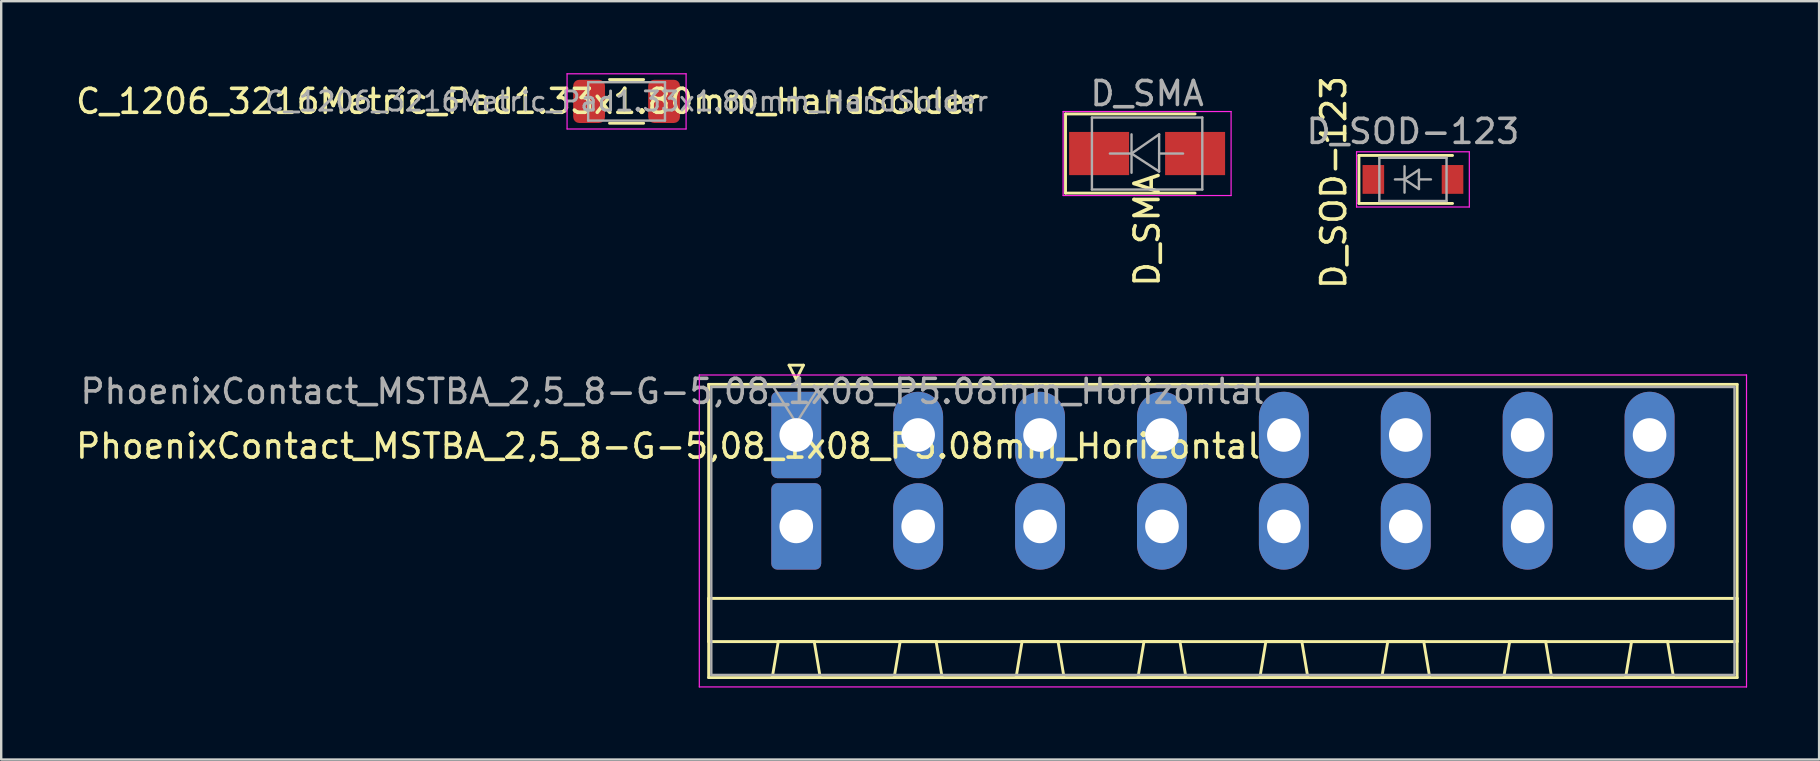
<source format=kicad_pcb>
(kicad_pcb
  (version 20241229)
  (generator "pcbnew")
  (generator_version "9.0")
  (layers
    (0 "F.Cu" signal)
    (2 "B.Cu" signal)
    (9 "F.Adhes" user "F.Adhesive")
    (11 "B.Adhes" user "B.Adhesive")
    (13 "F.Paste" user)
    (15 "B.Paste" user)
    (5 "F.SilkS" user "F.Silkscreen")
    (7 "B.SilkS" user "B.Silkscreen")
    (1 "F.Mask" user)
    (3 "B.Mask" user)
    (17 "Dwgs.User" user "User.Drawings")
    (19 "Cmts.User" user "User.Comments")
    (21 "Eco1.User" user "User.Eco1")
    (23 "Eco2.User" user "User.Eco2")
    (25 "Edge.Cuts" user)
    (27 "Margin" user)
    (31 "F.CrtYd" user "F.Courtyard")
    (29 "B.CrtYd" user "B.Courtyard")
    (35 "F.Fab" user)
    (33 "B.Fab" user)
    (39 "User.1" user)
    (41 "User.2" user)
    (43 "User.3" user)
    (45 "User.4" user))
  (footprint "D_SMA"
    (layer "F.Cu")
    (at 44.753 3.348)
    (property "Reference" "D_SMA" (at 0 3.175 90) (layer "F.SilkS") (effects (font (size 1 1) (thickness 0.15))))
    (attr smd)
    (fp_line (start -3.4 -1.65) (end -3.4 1.65) (stroke (width 0.12) (type solid)) (layer "F.SilkS"))
    (fp_line (start -3.4 -1.65) (end 2 -1.65) (stroke (width 0.12) (type solid)) (layer "F.SilkS"))
    (fp_line (start -3.4 1.65) (end 2 1.65) (stroke (width 0.12) (type solid)) (layer "F.SilkS"))
    (fp_line (start -3.5 -1.75) (end 3.5 -1.75) (stroke (width 0.05) (type solid)) (layer "F.CrtYd"))
    (fp_line (start -3.5 1.75) (end -3.5 -1.75) (stroke (width 0.05) (type solid)) (layer "F.CrtYd"))
    (fp_line (start 3.5 -1.75) (end 3.5 1.75) (stroke (width 0.05) (type solid)) (layer "F.CrtYd"))
    (fp_line (start 3.5 1.75) (end -3.5 1.75) (stroke (width 0.05) (type solid)) (layer "F.CrtYd"))
    (fp_line (start -2.3 1.5) (end -2.3 -1.5) (stroke (width 0.1) (type solid)) (layer "F.Fab"))
    (fp_line (start -0.649 -0.799) (end -0.649 0.801) (stroke (width 0.1) (type solid)) (layer "F.Fab"))
    (fp_line (start -0.649 0.001) (end -1.551 0.001) (stroke (width 0.1) (type solid)) (layer "F.Fab"))
    (fp_line (start -0.649 0.001) (end 0.501 -0.799) (stroke (width 0.1) (type solid)) (layer "F.Fab"))
    (fp_line (start -0.649 0.001) (end 0.501 0.75) (stroke (width 0.1) (type solid)) (layer "F.Fab"))
    (fp_line (start 0.501 0.001) (end 1.499 0.001) (stroke (width 0.1) (type solid)) (layer "F.Fab"))
    (fp_line (start 0.501 0.75) (end 0.501 -0.799) (stroke (width 0.1) (type solid)) (layer "F.Fab"))
    (fp_line (start 2.3 -1.5) (end -2.3 -1.5) (stroke (width 0.1) (type solid)) (layer "F.Fab"))
    (fp_line (start 2.3 -1.5) (end 2.3 1.5) (stroke (width 0.1) (type solid)) (layer "F.Fab"))
    (fp_line (start 2.3 1.5) (end -2.3 1.5) (stroke (width 0.1) (type solid)) (layer "F.Fab"))
    (fp_text user "${REFERENCE}" (at 0 -2.5 0) (layer "F.Fab") (effects (font (size 1 1) (thickness 0.15))))
    (pad "1" smd rect (at -2 0) (size 2.5 1.8) (layers "F.Cu" "F.Mask" "F.Paste"))
    (pad "2" smd rect (at 2 0) (size 2.5 1.8) (layers "F.Cu" "F.Mask" "F.Paste")))
  (footprint "C_1206_3216Metric_Pad1.33x1.80mm_HandSolder"
    (layer "F.Cu")
    (at 23.061 1.175)
    (property "Reference" "C_1206_3216Metric_Pad1.33x1.80mm_HandSolder" (at -4.103 0 180) (layer "F.SilkS") (effects (font (size 1 1) (thickness 0.15))))
    (attr smd)
    (fp_line (start -0.711 -0.91) (end 0.711 -0.91) (stroke (width 0.12) (type solid)) (layer "F.SilkS"))
    (fp_line (start -0.711 0.91) (end 0.711 0.91) (stroke (width 0.12) (type solid)) (layer "F.SilkS"))
    (fp_line (start -2.48 -1.15) (end 2.48 -1.15) (stroke (width 0.05) (type solid)) (layer "F.CrtYd"))
    (fp_line (start -2.48 1.15) (end -2.48 -1.15) (stroke (width 0.05) (type solid)) (layer "F.CrtYd"))
    (fp_line (start 2.48 -1.15) (end 2.48 1.15) (stroke (width 0.05) (type solid)) (layer "F.CrtYd"))
    (fp_line (start 2.48 1.15) (end -2.48 1.15) (stroke (width 0.05) (type solid)) (layer "F.CrtYd"))
    (fp_line (start -1.6 -0.8) (end 1.6 -0.8) (stroke (width 0.1) (type solid)) (layer "F.Fab"))
    (fp_line (start -1.6 0.8) (end -1.6 -0.8) (stroke (width 0.1) (type solid)) (layer "F.Fab"))
    (fp_line (start 1.6 -0.8) (end 1.6 0.8) (stroke (width 0.1) (type solid)) (layer "F.Fab"))
    (fp_line (start 1.6 0.8) (end -1.6 0.8) (stroke (width 0.1) (type solid)) (layer "F.Fab"))
    (fp_text user "${REFERENCE}" (at 0 0 180) (layer "F.Fab") (effects (font (size 0.8 0.8) (thickness 0.12))))
    (pad "1" smd roundrect (at -1.562 0) (size 1.325 1.8) (layers "F.Cu" "F.Mask" "F.Paste") (roundrect_rratio 0.189))
    (pad "2" smd roundrect (at 1.562 0) (size 1.325 1.8) (layers "F.Cu" "F.Mask" "F.Paste") (roundrect_rratio 0.189)))
  (footprint "PhoenixContact_MSTBA_2,5_8-G-5,08_1x08_P5.08mm_Horizontal"
    (layer "F.Cu")
    (at 30.132 15.077)
    (property "Reference" "PhoenixContact_MSTBA_2,5_8-G-5,08_1x08_P5.08mm_Horizontal" (at -5.34 0.465 0) (layer "F.SilkS") (effects (font (size 1 1) (thickness 0.15))))
    (attr through_hole)
    (fp_line (start -3.65 -2.11) (end -3.65 10.11) (stroke (width 0.12) (type solid)) (layer "F.SilkS"))
    (fp_line (start -3.65 6.81) (end 39.21 6.81) (stroke (width 0.12) (type solid)) (layer "F.SilkS"))
    (fp_line (start -3.65 8.61) (end -3.65 6.81) (stroke (width 0.12) (type solid)) (layer "F.SilkS"))
    (fp_line (start -3.65 10.11) (end 39.21 10.11) (stroke (width 0.12) (type solid)) (layer "F.SilkS"))
    (fp_line (start -1 10.11) (end 1 10.11) (stroke (width 0.12) (type solid)) (layer "F.SilkS"))
    (fp_line (start -0.75 8.61) (end -1 10.11) (stroke (width 0.12) (type solid)) (layer "F.SilkS"))
    (fp_line (start -0.3 -2.91) (end 0.3 -2.91) (stroke (width 0.12) (type solid)) (layer "F.SilkS"))
    (fp_line (start 0 -2.31) (end -0.3 -2.91) (stroke (width 0.12) (type solid)) (layer "F.SilkS"))
    (fp_line (start 0.3 -2.91) (end 0 -2.31) (stroke (width 0.12) (type solid)) (layer "F.SilkS"))
    (fp_line (start 0.75 8.61) (end -0.75 8.61) (stroke (width 0.12) (type solid)) (layer "F.SilkS"))
    (fp_line (start 1 10.11) (end 0.75 8.61) (stroke (width 0.12) (type solid)) (layer "F.SilkS"))
    (fp_line (start 4.08 10.11) (end 6.08 10.11) (stroke (width 0.12) (type solid)) (layer "F.SilkS"))
    (fp_line (start 4.33 8.61) (end 4.08 10.11) (stroke (width 0.12) (type solid)) (layer "F.SilkS"))
    (fp_line (start 5.83 8.61) (end 4.33 8.61) (stroke (width 0.12) (type solid)) (layer "F.SilkS"))
    (fp_line (start 6.08 10.11) (end 5.83 8.61) (stroke (width 0.12) (type solid)) (layer "F.SilkS"))
    (fp_line (start 9.16 10.11) (end 11.16 10.11) (stroke (width 0.12) (type solid)) (layer "F.SilkS"))
    (fp_line (start 9.41 8.61) (end 9.16 10.11) (stroke (width 0.12) (type solid)) (layer "F.SilkS"))
    (fp_line (start 10.91 8.61) (end 9.41 8.61) (stroke (width 0.12) (type solid)) (layer "F.SilkS"))
    (fp_line (start 11.16 10.11) (end 10.91 8.61) (stroke (width 0.12) (type solid)) (layer "F.SilkS"))
    (fp_line (start 14.24 10.11) (end 16.24 10.11) (stroke (width 0.12) (type solid)) (layer "F.SilkS"))
    (fp_line (start 14.49 8.61) (end 14.24 10.11) (stroke (width 0.12) (type solid)) (layer "F.SilkS"))
    (fp_line (start 15.99 8.61) (end 14.49 8.61) (stroke (width 0.12) (type solid)) (layer "F.SilkS"))
    (fp_line (start 16.24 10.11) (end 15.99 8.61) (stroke (width 0.12) (type solid)) (layer "F.SilkS"))
    (fp_line (start 19.32 10.11) (end 21.32 10.11) (stroke (width 0.12) (type solid)) (layer "F.SilkS"))
    (fp_line (start 19.57 8.61) (end 19.32 10.11) (stroke (width 0.12) (type solid)) (layer "F.SilkS"))
    (fp_line (start 21.07 8.61) (end 19.57 8.61) (stroke (width 0.12) (type solid)) (layer "F.SilkS"))
    (fp_line (start 21.32 10.11) (end 21.07 8.61) (stroke (width 0.12) (type solid)) (layer "F.SilkS"))
    (fp_line (start 24.4 10.11) (end 26.4 10.11) (stroke (width 0.12) (type solid)) (layer "F.SilkS"))
    (fp_line (start 24.65 8.61) (end 24.4 10.11) (stroke (width 0.12) (type solid)) (layer "F.SilkS"))
    (fp_line (start 26.15 8.61) (end 24.65 8.61) (stroke (width 0.12) (type solid)) (layer "F.SilkS"))
    (fp_line (start 26.4 10.11) (end 26.15 8.61) (stroke (width 0.12) (type solid)) (layer "F.SilkS"))
    (fp_line (start 29.48 10.11) (end 31.48 10.11) (stroke (width 0.12) (type solid)) (layer "F.SilkS"))
    (fp_line (start 29.73 8.61) (end 29.48 10.11) (stroke (width 0.12) (type solid)) (layer "F.SilkS"))
    (fp_line (start 31.23 8.61) (end 29.73 8.61) (stroke (width 0.12) (type solid)) (layer "F.SilkS"))
    (fp_line (start 31.48 10.11) (end 31.23 8.61) (stroke (width 0.12) (type solid)) (layer "F.SilkS"))
    (fp_line (start 34.56 10.11) (end 36.56 10.11) (stroke (width 0.12) (type solid)) (layer "F.SilkS"))
    (fp_line (start 34.81 8.61) (end 34.56 10.11) (stroke (width 0.12) (type solid)) (layer "F.SilkS"))
    (fp_line (start 36.31 8.61) (end 34.81 8.61) (stroke (width 0.12) (type solid)) (layer "F.SilkS"))
    (fp_line (start 36.56 10.11) (end 36.31 8.61) (stroke (width 0.12) (type solid)) (layer "F.SilkS"))
    (fp_line (start 39.21 -2.11) (end -3.65 -2.11) (stroke (width 0.12) (type solid)) (layer "F.SilkS"))
    (fp_line (start 39.21 6.81) (end 39.21 8.61) (stroke (width 0.12) (type solid)) (layer "F.SilkS"))
    (fp_line (start 39.21 8.61) (end -3.65 8.61) (stroke (width 0.12) (type solid)) (layer "F.SilkS"))
    (fp_line (start 39.21 10.11) (end 39.21 -2.11) (stroke (width 0.12) (type solid)) (layer "F.SilkS"))
    (fp_line (start -4.04 -2.5) (end -4.04 10.5) (stroke (width 0.05) (type solid)) (layer "F.CrtYd"))
    (fp_line (start -4.04 10.5) (end 39.6 10.5) (stroke (width 0.05) (type solid)) (layer "F.CrtYd"))
    (fp_line (start 39.6 -2.5) (end -4.04 -2.5) (stroke (width 0.05) (type solid)) (layer "F.CrtYd"))
    (fp_line (start 39.6 10.5) (end 39.6 -2.5) (stroke (width 0.05) (type solid)) (layer "F.CrtYd"))
    (fp_line (start -3.54 -2) (end -3.54 10) (stroke (width 0.1) (type solid)) (layer "F.Fab"))
    (fp_line (start -3.54 10) (end 39.1 10) (stroke (width 0.1) (type solid)) (layer "F.Fab"))
    (fp_line (start 0 -0.5) (end -0.95 -2) (stroke (width 0.1) (type solid)) (layer "F.Fab"))
    (fp_line (start 0.95 -2) (end 0 -0.5) (stroke (width 0.1) (type solid)) (layer "F.Fab"))
    (fp_line (start 39.1 -2) (end -3.54 -2) (stroke (width 0.1) (type solid)) (layer "F.Fab"))
    (fp_line (start 39.1 10) (end 39.1 -2) (stroke (width 0.1) (type solid)) (layer "F.Fab"))
    (fp_text user "${REFERENCE}" (at -5.156 -1.816 0) (layer "F.Fab") (effects (font (size 1 1) (thickness 0.15))))
    (pad "1" thru_hole roundrect (at 0 0) (size 2.08 3.6) (drill 1.4) (layers "*.Cu" "*.Mask") (roundrect_rratio 0.12))
    (pad "1" thru_hole roundrect (at 0 3.81) (size 2.08 3.6) (drill 1.4) (layers "*.Cu" "*.Mask") (roundrect_rratio 0.12))
    (pad "2" thru_hole oval (at 5.08 0) (size 2.08 3.6) (drill 1.4) (layers "*.Cu" "*.Mask"))
    (pad "2" thru_hole oval (at 5.08 3.81) (size 2.08 3.6) (drill 1.4) (layers "*.Cu" "*.Mask"))
    (pad "3" thru_hole oval (at 10.16 0) (size 2.08 3.6) (drill 1.4) (layers "*.Cu" "*.Mask"))
    (pad "3" thru_hole oval (at 10.16 3.81) (size 2.08 3.6) (drill 1.4) (layers "*.Cu" "*.Mask"))
    (pad "4" thru_hole oval (at 15.24 0) (size 2.08 3.6) (drill 1.4) (layers "*.Cu" "*.Mask"))
    (pad "4" thru_hole oval (at 15.24 3.81) (size 2.08 3.6) (drill 1.4) (layers "*.Cu" "*.Mask"))
    (pad "5" thru_hole oval (at 20.32 0) (size 2.08 3.6) (drill 1.4) (layers "*.Cu" "*.Mask"))
    (pad "5" thru_hole oval (at 20.32 3.81) (size 2.08 3.6) (drill 1.4) (layers "*.Cu" "*.Mask"))
    (pad "6" thru_hole oval (at 25.4 0) (size 2.08 3.6) (drill 1.4) (layers "*.Cu" "*.Mask"))
    (pad "6" thru_hole oval (at 25.4 3.81) (size 2.08 3.6) (drill 1.4) (layers "*.Cu" "*.Mask"))
    (pad "7" thru_hole oval (at 30.48 0) (size 2.08 3.6) (drill 1.4) (layers "*.Cu" "*.Mask"))
    (pad "7" thru_hole oval (at 30.48 3.81) (size 2.08 3.6) (drill 1.4) (layers "*.Cu" "*.Mask"))
    (pad "8" thru_hole oval (at 35.56 0) (size 2.08 3.6) (drill 1.4) (layers "*.Cu" "*.Mask"))
    (pad "8" thru_hole oval (at 35.56 3.81) (size 2.08 3.6) (drill 1.4) (layers "*.Cu" "*.Mask")))
  (footprint "D_SOD-123"
    (layer "F.Cu")
    (at 55.831 4.427)
    (property "Reference" "D_SOD-123" (at -3.302 0.127 90) (layer "F.SilkS") (effects (font (size 1 1) (thickness 0.15))))
    (attr smd)
    (fp_line (start -2.25 -1) (end -2.25 1) (stroke (width 0.12) (type solid)) (layer "F.SilkS"))
    (fp_line (start -2.25 -1) (end 1.65 -1) (stroke (width 0.12) (type solid)) (layer "F.SilkS"))
    (fp_line (start -2.25 1) (end 1.65 1) (stroke (width 0.12) (type solid)) (layer "F.SilkS"))
    (fp_line (start -2.35 -1.15) (end -2.35 1.15) (stroke (width 0.05) (type solid)) (layer "F.CrtYd"))
    (fp_line (start -2.35 -1.15) (end 2.35 -1.15) (stroke (width 0.05) (type solid)) (layer "F.CrtYd"))
    (fp_line (start 2.35 -1.15) (end 2.35 1.15) (stroke (width 0.05) (type solid)) (layer "F.CrtYd"))
    (fp_line (start 2.35 1.15) (end -2.35 1.15) (stroke (width 0.05) (type solid)) (layer "F.CrtYd"))
    (fp_line (start -1.4 -0.9) (end 1.4 -0.9) (stroke (width 0.1) (type solid)) (layer "F.Fab"))
    (fp_line (start -1.4 0.9) (end -1.4 -0.9) (stroke (width 0.1) (type solid)) (layer "F.Fab"))
    (fp_line (start -0.75 0) (end -0.35 0) (stroke (width 0.1) (type solid)) (layer "F.Fab"))
    (fp_line (start -0.35 0) (end -0.35 -0.55) (stroke (width 0.1) (type solid)) (layer "F.Fab"))
    (fp_line (start -0.35 0) (end -0.35 0.55) (stroke (width 0.1) (type solid)) (layer "F.Fab"))
    (fp_line (start -0.35 0) (end 0.25 -0.4) (stroke (width 0.1) (type solid)) (layer "F.Fab"))
    (fp_line (start 0.25 -0.4) (end 0.25 0.4) (stroke (width 0.1) (type solid)) (layer "F.Fab"))
    (fp_line (start 0.25 0) (end 0.75 0) (stroke (width 0.1) (type solid)) (layer "F.Fab"))
    (fp_line (start 0.25 0.4) (end -0.35 0) (stroke (width 0.1) (type solid)) (layer "F.Fab"))
    (fp_line (start 1.4 -0.9) (end 1.4 0.9) (stroke (width 0.1) (type solid)) (layer "F.Fab"))
    (fp_line (start 1.4 0.9) (end -1.4 0.9) (stroke (width 0.1) (type solid)) (layer "F.Fab"))
    (fp_text user "${REFERENCE}" (at 0 -2 0) (layer "F.Fab") (effects (font (size 1 1) (thickness 0.15))))
    (pad "1" smd rect (at -1.65 0) (size 0.9 1.2) (layers "F.Cu" "F.Mask" "F.Paste"))
    (pad "2" smd rect (at 1.65 0) (size 0.9 1.2) (layers "F.Cu" "F.Mask" "F.Paste")))
  (gr_rect
    (start -3 -3)
    (end 72.757 28.602)
    (stroke (width 0.1) (type default))
    (fill no)
    (layer "Edge.Cuts")))
</source>
